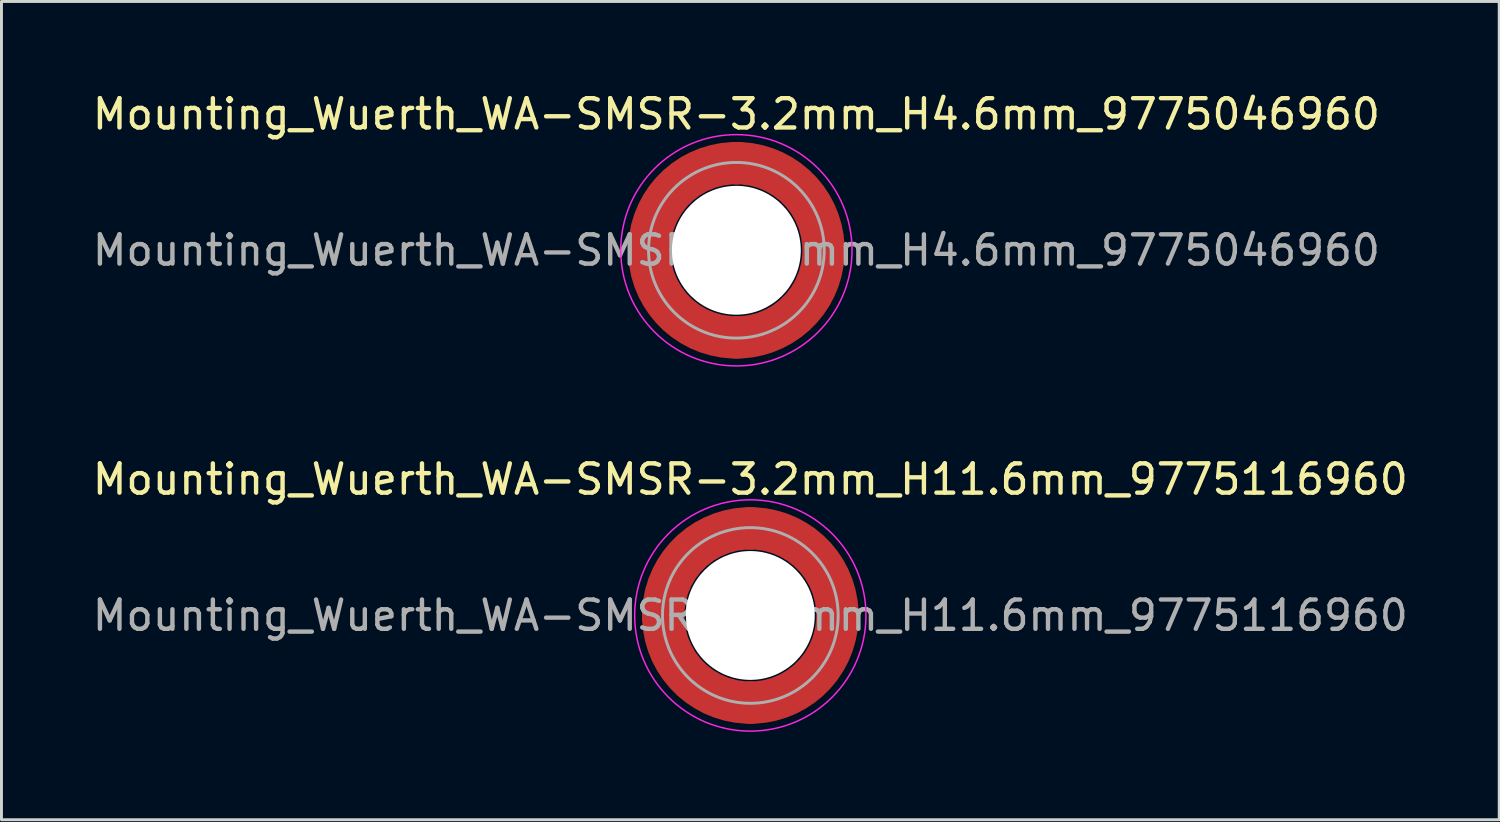
<source format=kicad_pcb>
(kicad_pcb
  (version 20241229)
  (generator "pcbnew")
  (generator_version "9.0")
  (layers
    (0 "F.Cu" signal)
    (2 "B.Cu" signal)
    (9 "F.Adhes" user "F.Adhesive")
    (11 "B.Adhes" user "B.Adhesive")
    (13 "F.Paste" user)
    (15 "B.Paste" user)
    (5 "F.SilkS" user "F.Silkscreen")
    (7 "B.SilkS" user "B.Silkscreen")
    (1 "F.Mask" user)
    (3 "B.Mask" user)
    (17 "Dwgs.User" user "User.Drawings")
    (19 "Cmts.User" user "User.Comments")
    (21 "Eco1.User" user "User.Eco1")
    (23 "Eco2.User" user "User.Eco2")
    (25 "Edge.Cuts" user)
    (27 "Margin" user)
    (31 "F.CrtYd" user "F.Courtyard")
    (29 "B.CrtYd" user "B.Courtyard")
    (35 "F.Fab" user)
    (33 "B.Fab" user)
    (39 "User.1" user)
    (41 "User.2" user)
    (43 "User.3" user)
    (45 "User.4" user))
  (footprint "Mounting_Wuerth_WA-SMSR-3.2mm_H11.6mm_9775116960"
    (layer "F.Cu")
    (at 22.577 17.971)
    (property "Reference" "Mounting_Wuerth_WA-SMSR-3.2mm_H11.6mm_9775116960" (at 0 -4.65 0) (layer "F.SilkS") (effects (font (size 1 1) (thickness 0.15))))
    (attr smd)
    (fp_circle (center 0 0) (end 3.95 0) (stroke (width 0.05) (type solid)) (fill no) (layer "F.CrtYd"))
    (fp_circle (center 0 0) (end 3 0) (stroke (width 0.1) (type solid)) (fill no) (layer "F.Fab"))
    (fp_text user "${REFERENCE}" (at 0 0 0) (layer "F.Fab") (effects (font (size 1 1) (thickness 0.15))))
    (pad "" smd custom (at -2.095 -2.095) (size 1.345 1.345) (layers "F.Paste") (options (anchor circle)) (primitives (gr_arc (start -0.24231 1.594804) (mid 0.404819 0.404819) (end 1.594804 -0.24231) (width 0.2)) (gr_arc (start -0.3398 1.594804) (mid 0.337349 0.337349) (end 1.594804 -0.3398) (width 0.2)) (gr_arc (start -0.437132 1.594804) (mid 0.269879 0.269879) (end 1.594804 -0.437132) (width 0.2)) (gr_arc (start -0.534324 1.594804) (mid 0.202409 0.202409) (end 1.594804 -0.534324) (width 0.2)) (gr_arc (start -0.631391 1.594804) (mid 0.134939 0.134939) (end 1.594804 -0.631391) (width 0.2)) (gr_arc (start -0.728345 1.594804) (mid 0.06747 0.06747) (end 1.594804 -0.728345) (width 0.2)) (gr_arc (start -0.825197 1.594804) (mid 0 0) (end 1.594804 -0.825197) (width 0.2)) (gr_arc (start -0.921958 1.594804) (mid -0.067469 -0.067469) (end 1.594804 -0.921958) (width 0.2)) (gr_arc (start -1.018637 1.594804) (mid -0.13494 -0.13494) (end 1.594804 -1.018637) (width 0.2)) (gr_arc (start -1.115239 1.594804) (mid -0.202409 -0.202409) (end 1.594804 -1.115239) (width 0.2)) (gr_arc (start -1.211773 1.594804) (mid -0.269879 -0.269879) (end 1.594804 -1.211773) (width 0.2)) (gr_arc (start -1.308244 1.594804) (mid -0.337349 -0.337349) (end 1.594804 -1.308244) (width 0.2)) (gr_arc (start -1.404657 1.594804) (mid -0.404819 -0.404819) (end 1.594804 -1.404657) (width 0.2)) (gr_arc (start -1.404657 1.594804) (mid -0.404819 -0.404819) (end 1.594804 -1.404657) (width 0.2)) (gr_line (start 1.595 -0.242) (end 1.595 -1.405) (width 0.2)) (gr_line (start -0.242 1.595) (end -1.405 1.595) (width 0.2))))
    (pad "" smd custom (at -2.095 2.095) (size 1.345 1.345) (layers "F.Paste") (options (anchor circle)) (primitives (gr_arc (start 1.594804 0.24231) (mid 0.404819 -0.404819) (end -0.24231 -1.594804) (width 0.2)) (gr_arc (start 1.594804 0.3398) (mid 0.337349 -0.337349) (end -0.3398 -1.594804) (width 0.2)) (gr_arc (start 1.594804 0.437132) (mid 0.269879 -0.269879) (end -0.437132 -1.594804) (width 0.2)) (gr_arc (start 1.594804 0.534324) (mid 0.202409 -0.202409) (end -0.534324 -1.594804) (width 0.2)) (gr_arc (start 1.594804 0.631391) (mid 0.134939 -0.134939) (end -0.631391 -1.594804) (width 0.2)) (gr_arc (start 1.594804 0.728345) (mid 0.06747 -0.06747) (end -0.728345 -1.594804) (width 0.2)) (gr_arc (start 1.594804 0.825197) (mid 0 0) (end -0.825197 -1.594804) (width 0.2)) (gr_arc (start 1.594804 0.921958) (mid -0.067469 0.067469) (end -0.921958 -1.594804) (width 0.2)) (gr_arc (start 1.594804 1.018637) (mid -0.13494 0.13494) (end -1.018637 -1.594804) (width 0.2)) (gr_arc (start 1.594804 1.115239) (mid -0.202409 0.202409) (end -1.115239 -1.594804) (width 0.2)) (gr_arc (start 1.594804 1.211773) (mid -0.269879 0.269879) (end -1.211773 -1.594804) (width 0.2)) (gr_arc (start 1.594804 1.308244) (mid -0.337349 0.337349) (end -1.308244 -1.594804) (width 0.2)) (gr_arc (start 1.594804 1.404657) (mid -0.404819 0.404819) (end -1.404657 -1.594804) (width 0.2)) (gr_arc (start 1.594804 1.404657) (mid -0.404819 0.404819) (end -1.404657 -1.594804) (width 0.2)) (gr_line (start -0.242 -1.595) (end -1.405 -1.595) (width 0.2)) (gr_line (start 1.595 0.242) (end 1.595 1.405) (width 0.2))))
    (pad "" np_thru_hole circle (at 0 0) (size 4.4 4.4) (drill 4.4) (layers "*.Cu" "*.Mask"))
    (pad "" smd custom (at 2.095 -2.095) (size 1.345 1.345) (layers "F.Paste") (options (anchor circle)) (primitives (gr_arc (start -1.594804 -0.24231) (mid -0.404819 0.404819) (end 0.24231 1.594804) (width 0.2)) (gr_arc (start -1.594804 -0.3398) (mid -0.337349 0.337349) (end 0.3398 1.594804) (width 0.2)) (gr_arc (start -1.594804 -0.437132) (mid -0.269879 0.269879) (end 0.437132 1.594804) (width 0.2)) (gr_arc (start -1.594804 -0.534324) (mid -0.202409 0.202409) (end 0.534324 1.594804) (width 0.2)) (gr_arc (start -1.594804 -0.631391) (mid -0.134939 0.134939) (end 0.631391 1.594804) (width 0.2)) (gr_arc (start -1.594804 -0.728345) (mid -0.06747 0.06747) (end 0.728345 1.594804) (width 0.2)) (gr_arc (start -1.594804 -0.825197) (mid 0 0) (end 0.825197 1.594804) (width 0.2)) (gr_arc (start -1.594804 -0.921958) (mid 0.067469 -0.067469) (end 0.921958 1.594804) (width 0.2)) (gr_arc (start -1.594804 -1.018637) (mid 0.13494 -0.13494) (end 1.018637 1.594804) (width 0.2)) (gr_arc (start -1.594804 -1.115239) (mid 0.202409 -0.202409) (end 1.115239 1.594804) (width 0.2)) (gr_arc (start -1.594804 -1.211773) (mid 0.269879 -0.269879) (end 1.211773 1.594804) (width 0.2)) (gr_arc (start -1.594804 -1.308244) (mid 0.337349 -0.337349) (end 1.308244 1.594804) (width 0.2)) (gr_arc (start -1.594804 -1.404657) (mid 0.404819 -0.404819) (end 1.404657 1.594804) (width 0.2)) (gr_arc (start -1.594804 -1.404657) (mid 0.404819 -0.404819) (end 1.404657 1.594804) (width 0.2)) (gr_line (start 0.242 1.595) (end 1.405 1.595) (width 0.2)) (gr_line (start -1.595 -0.242) (end -1.595 -1.405) (width 0.2))))
    (pad "" smd custom (at 2.095 2.095) (size 1.345 1.345) (layers "F.Paste") (options (anchor circle)) (primitives (gr_arc (start 0.24231 -1.594804) (mid -0.404819 -0.404819) (end -1.594804 0.24231) (width 0.2)) (gr_arc (start 0.3398 -1.594804) (mid -0.337349 -0.337349) (end -1.594804 0.3398) (width 0.2)) (gr_arc (start 0.437132 -1.594804) (mid -0.269879 -0.269879) (end -1.594804 0.437132) (width 0.2)) (gr_arc (start 0.534324 -1.594804) (mid -0.202409 -0.202409) (end -1.594804 0.534324) (width 0.2)) (gr_arc (start 0.631391 -1.594804) (mid -0.134939 -0.134939) (end -1.594804 0.631391) (width 0.2)) (gr_arc (start 0.728345 -1.594804) (mid -0.06747 -0.06747) (end -1.594804 0.728345) (width 0.2)) (gr_arc (start 0.825197 -1.594804) (mid 0 0) (end -1.594804 0.825197) (width 0.2)) (gr_arc (start 0.921958 -1.594804) (mid 0.067469 0.067469) (end -1.594804 0.921958) (width 0.2)) (gr_arc (start 1.018637 -1.594804) (mid 0.13494 0.13494) (end -1.594804 1.018637) (width 0.2)) (gr_arc (start 1.115239 -1.594804) (mid 0.202409 0.202409) (end -1.594804 1.115239) (width 0.2)) (gr_arc (start 1.211773 -1.594804) (mid 0.269879 0.269879) (end -1.594804 1.211773) (width 0.2)) (gr_arc (start 1.308244 -1.594804) (mid 0.337349 0.337349) (end -1.594804 1.308244) (width 0.2)) (gr_arc (start 1.404657 -1.594804) (mid 0.404819 0.404819) (end -1.594804 1.404657) (width 0.2)) (gr_arc (start 1.404657 -1.594804) (mid 0.404819 0.404819) (end -1.594804 1.404657) (width 0.2)) (gr_line (start -1.595 0.242) (end -1.595 1.405) (width 0.2)) (gr_line (start 0.242 -1.595) (end 1.405 -1.595) (width 0.2))))
    (pad "1" smd circle (at -2.975 0) (size 1.45 1.45) (layers "F.Cu"))
    (pad "1" smd circle (at 0 -2.975) (size 1.45 1.45) (layers "F.Cu"))
    (pad "1" smd circle (at 0 2.975) (size 1.45 1.45) (layers "F.Cu"))
    (pad "1" smd custom (at 2.975 0) (size 1.45 1.45) (layers "F.Cu" "F.Mask") (options (anchor circle)) (primitives (gr_circle (center -2.975 0) (end 0 0) (width 1.45) (fill no)))))
  (footprint "Mounting_Wuerth_WA-SMSR-3.2mm_H4.6mm_9775046960"
    (layer "F.Cu")
    (at 22.101 5.498)
    (property "Reference" "Mounting_Wuerth_WA-SMSR-3.2mm_H4.6mm_9775046960" (at 0 -4.65 0) (layer "F.SilkS") (effects (font (size 1 1) (thickness 0.15))))
    (attr smd)
    (fp_circle (center 0 0) (end 3.95 0) (stroke (width 0.05) (type solid)) (fill no) (layer "F.CrtYd"))
    (fp_circle (center 0 0) (end 3 0) (stroke (width 0.1) (type solid)) (fill no) (layer "F.Fab"))
    (fp_text user "${REFERENCE}" (at 0 0 0) (layer "F.Fab") (effects (font (size 1 1) (thickness 0.15))))
    (pad "" smd custom (at -2.095 -2.095) (size 1.345 1.345) (layers "F.Paste") (options (anchor circle)) (primitives (gr_arc (start -0.426133 1.358554) (mid 0.237765 0.237765) (end 1.358554 -0.426133) (width 0.6725)) (gr_arc (start -0.774751 1.358554) (mid 0 0) (end 1.358554 -0.774751) (width 0.6725)) (gr_arc (start -1.120735 1.358554) (mid -0.237765 -0.237765) (end 1.358554 -1.120735) (width 0.6725)) (gr_arc (start -1.120735 1.358554) (mid -0.237765 -0.237765) (end 1.358554 -1.120735) (width 0.6725)) (gr_line (start 1.359 -0.426) (end 1.359 -1.121) (width 0.672)) (gr_line (start -0.426 1.359) (end -1.121 1.359) (width 0.672))))
    (pad "" smd custom (at -2.095 2.095) (size 1.345 1.345) (layers "F.Paste") (options (anchor circle)) (primitives (gr_arc (start 1.358554 0.426133) (mid 0.237765 -0.237765) (end -0.426133 -1.358554) (width 0.6725)) (gr_arc (start 1.358554 0.774751) (mid 0 0) (end -0.774751 -1.358554) (width 0.6725)) (gr_arc (start 1.358554 1.120735) (mid -0.237765 0.237765) (end -1.120735 -1.358554) (width 0.6725)) (gr_arc (start 1.358554 1.120735) (mid -0.237765 0.237765) (end -1.120735 -1.358554) (width 0.6725)) (gr_line (start -0.426 -1.359) (end -1.121 -1.359) (width 0.672)) (gr_line (start 1.359 0.426) (end 1.359 1.121) (width 0.672))))
    (pad "" np_thru_hole circle (at 0 0) (size 4.4 4.4) (drill 4.4) (layers "*.Cu" "*.Mask"))
    (pad "" smd custom (at 2.095 -2.095) (size 1.345 1.345) (layers "F.Paste") (options (anchor circle)) (primitives (gr_arc (start -1.358554 -0.426133) (mid -0.237765 0.237765) (end 0.426133 1.358554) (width 0.6725)) (gr_arc (start -1.358554 -0.774751) (mid 0 0) (end 0.774751 1.358554) (width 0.6725)) (gr_arc (start -1.358554 -1.120735) (mid 0.237765 -0.237765) (end 1.120735 1.358554) (width 0.6725)) (gr_arc (start -1.358554 -1.120735) (mid 0.237765 -0.237765) (end 1.120735 1.358554) (width 0.6725)) (gr_line (start 0.426 1.359) (end 1.121 1.359) (width 0.672)) (gr_line (start -1.359 -0.426) (end -1.359 -1.121) (width 0.672))))
    (pad "" smd custom (at 2.095 2.095) (size 1.345 1.345) (layers "F.Paste") (options (anchor circle)) (primitives (gr_arc (start 0.426133 -1.358554) (mid -0.237765 -0.237765) (end -1.358554 0.426133) (width 0.6725)) (gr_arc (start 0.774751 -1.358554) (mid 0 0) (end -1.358554 0.774751) (width 0.6725)) (gr_arc (start 1.120735 -1.358554) (mid 0.237765 0.237765) (end -1.358554 1.120735) (width 0.6725)) (gr_arc (start 1.120735 -1.358554) (mid 0.237765 0.237765) (end -1.358554 1.120735) (width 0.6725)) (gr_line (start -1.359 0.426) (end -1.359 1.121) (width 0.672)) (gr_line (start 0.426 -1.359) (end 1.121 -1.359) (width 0.672))))
    (pad "1" smd circle (at -2.975 0) (size 1.45 1.45) (layers "F.Cu"))
    (pad "1" smd circle (at 0 -2.975) (size 1.45 1.45) (layers "F.Cu"))
    (pad "1" smd circle (at 0 2.975) (size 1.45 1.45) (layers "F.Cu"))
    (pad "1" smd custom (at 2.975 0) (size 1.45 1.45) (layers "F.Cu" "F.Mask") (options (anchor circle)) (primitives (gr_circle (center -2.975 0) (end 0 0) (width 1.45) (fill no)))))
  (gr_rect
    (start -3 -3)
    (end 48.155 24.947)
    (stroke (width 0.1) (type default))
    (fill no)
    (layer "Edge.Cuts")))
</source>
